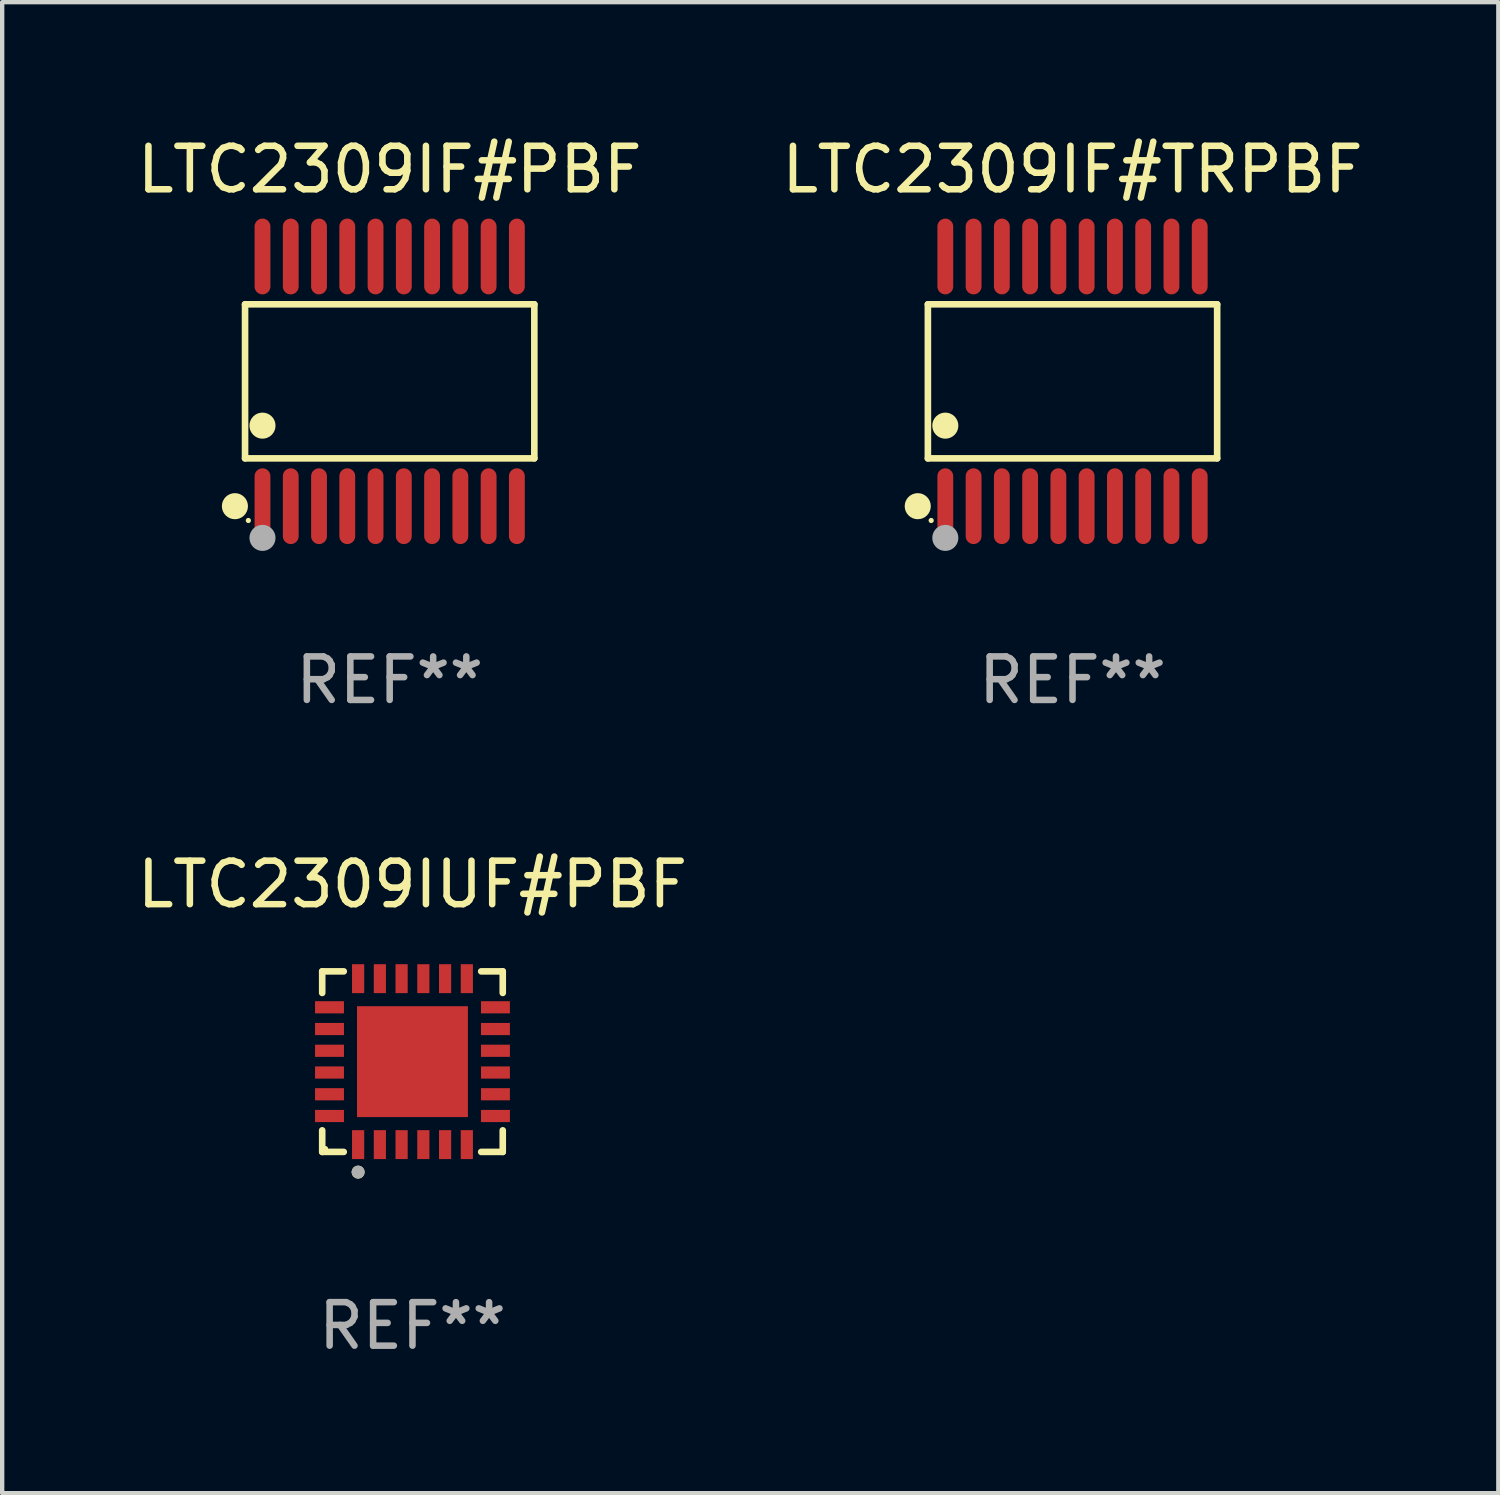
<source format=kicad_pcb>
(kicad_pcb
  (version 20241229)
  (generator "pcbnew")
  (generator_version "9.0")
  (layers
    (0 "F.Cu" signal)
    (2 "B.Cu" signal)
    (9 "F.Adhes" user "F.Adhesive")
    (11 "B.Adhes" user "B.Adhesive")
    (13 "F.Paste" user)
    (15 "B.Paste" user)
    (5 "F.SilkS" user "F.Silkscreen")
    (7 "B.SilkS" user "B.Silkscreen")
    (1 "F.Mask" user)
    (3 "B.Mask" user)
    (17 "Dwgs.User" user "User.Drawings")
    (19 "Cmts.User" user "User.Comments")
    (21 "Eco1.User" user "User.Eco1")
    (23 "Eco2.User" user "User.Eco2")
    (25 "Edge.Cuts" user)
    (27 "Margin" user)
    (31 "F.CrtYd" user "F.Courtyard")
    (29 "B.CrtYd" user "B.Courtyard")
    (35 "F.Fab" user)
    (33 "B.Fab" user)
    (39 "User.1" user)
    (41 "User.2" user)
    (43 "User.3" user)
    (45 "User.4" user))
  (footprint "LTC2309IUF#PBF"
    (layer "F.Cu")
    (at 6.435 21.363)
    (property "Reference" "LTC2309IUF#PBF" (at 0 -4.076 0) (layer "F.SilkS") (effects (font (size 1 1) (thickness 0.15))))
    (attr through_hole)
    (fp_line (start -2.076 -2.076) (end -1.58 -2.076) (stroke (width 0.152) (type solid)) (layer "F.SilkS"))
    (fp_line (start -2.076 -1.58) (end -2.076 -2.076) (stroke (width 0.152) (type solid)) (layer "F.SilkS"))
    (fp_line (start -2.076 1.58) (end -2.076 2.076) (stroke (width 0.152) (type solid)) (layer "F.SilkS"))
    (fp_line (start -2.076 2.076) (end -1.58 2.076) (stroke (width 0.152) (type solid)) (layer "F.SilkS"))
    (fp_line (start 2.076 -2.076) (end 1.58 -2.076) (stroke (width 0.152) (type solid)) (layer "F.SilkS"))
    (fp_line (start 2.076 -1.58) (end 2.076 -2.076) (stroke (width 0.152) (type solid)) (layer "F.SilkS"))
    (fp_line (start 2.076 1.58) (end 2.076 2.076) (stroke (width 0.152) (type solid)) (layer "F.SilkS"))
    (fp_line (start 2.076 2.076) (end 1.58 2.076) (stroke (width 0.152) (type solid)) (layer "F.SilkS"))
    (fp_circle (center -2 2) (end -1.97 2) (stroke (width 0.06) (type solid)) (fill no) (layer "F.SilkS"))
    (fp_circle (center -1.25 2.54) (end -1.175 2.54) (stroke (width 0.15) (type solid)) (fill no) (layer "F.SilkS"))
    (fp_circle (center -1.25 2.54) (end -1.175 2.54) (stroke (width 0.15) (type solid)) (fill no) (layer "F.Fab"))
    (fp_text user "REF**" (at 0 6.076 0) (layer "F.Fab") (effects (font (size 1 1) (thickness 0.15))))
    (pad "1" smd rect (at -1.25 1.908) (size 0.28 0.665) (layers "F.Cu" "F.Mask" "F.Paste"))
    (pad "2" smd rect (at -0.75 1.908) (size 0.28 0.665) (layers "F.Cu" "F.Mask" "F.Paste"))
    (pad "3" smd rect (at -0.25 1.908) (size 0.28 0.665) (layers "F.Cu" "F.Mask" "F.Paste"))
    (pad "4" smd rect (at 0.25 1.908) (size 0.28 0.665) (layers "F.Cu" "F.Mask" "F.Paste"))
    (pad "5" smd rect (at 0.75 1.908) (size 0.28 0.665) (layers "F.Cu" "F.Mask" "F.Paste"))
    (pad "6" smd rect (at 1.25 1.908) (size 0.28 0.665) (layers "F.Cu" "F.Mask" "F.Paste"))
    (pad "7" smd rect (at 1.908 1.25) (size 0.665 0.28) (layers "F.Cu" "F.Mask" "F.Paste"))
    (pad "8" smd rect (at 1.908 0.75) (size 0.665 0.28) (layers "F.Cu" "F.Mask" "F.Paste"))
    (pad "9" smd rect (at 1.908 0.25) (size 0.665 0.28) (layers "F.Cu" "F.Mask" "F.Paste"))
    (pad "10" smd rect (at 1.908 -0.25) (size 0.665 0.28) (layers "F.Cu" "F.Mask" "F.Paste"))
    (pad "11" smd rect (at 1.908 -0.75) (size 0.665 0.28) (layers "F.Cu" "F.Mask" "F.Paste"))
    (pad "12" smd rect (at 1.908 -1.25) (size 0.665 0.28) (layers "F.Cu" "F.Mask" "F.Paste"))
    (pad "13" smd rect (at 1.25 -1.908) (size 0.28 0.665) (layers "F.Cu" "F.Mask" "F.Paste"))
    (pad "14" smd rect (at 0.75 -1.908) (size 0.28 0.665) (layers "F.Cu" "F.Mask" "F.Paste"))
    (pad "15" smd rect (at 0.25 -1.908) (size 0.28 0.665) (layers "F.Cu" "F.Mask" "F.Paste"))
    (pad "16" smd rect (at -0.25 -1.908) (size 0.28 0.665) (layers "F.Cu" "F.Mask" "F.Paste"))
    (pad "17" smd rect (at -0.75 -1.908) (size 0.28 0.665) (layers "F.Cu" "F.Mask" "F.Paste"))
    (pad "18" smd rect (at -1.25 -1.908) (size 0.28 0.665) (layers "F.Cu" "F.Mask" "F.Paste"))
    (pad "19" smd rect (at -1.908 -1.25) (size 0.665 0.28) (layers "F.Cu" "F.Mask" "F.Paste"))
    (pad "20" smd rect (at -1.908 -0.75) (size 0.665 0.28) (layers "F.Cu" "F.Mask" "F.Paste"))
    (pad "21" smd rect (at -1.908 -0.25) (size 0.665 0.28) (layers "F.Cu" "F.Mask" "F.Paste"))
    (pad "22" smd rect (at -1.908 0.25) (size 0.665 0.28) (layers "F.Cu" "F.Mask" "F.Paste"))
    (pad "23" smd rect (at -1.908 0.75) (size 0.665 0.28) (layers "F.Cu" "F.Mask" "F.Paste"))
    (pad "24" smd rect (at -1.908 1.25) (size 0.665 0.28) (layers "F.Cu" "F.Mask" "F.Paste"))
    (pad "25" smd rect (at 0 0) (size 2.55 2.55) (layers "F.Cu" "F.Mask" "F.Paste")))
  (footprint "LTC2309IF#TRPBF"
    (layer "F.Cu")
    (at 21.613 5.719)
    (property "Reference" "LTC2309IF#TRPBF" (at 0 -4.871 0) (layer "F.SilkS") (effects (font (size 1 1) (thickness 0.15))))
    (attr through_hole)
    (fp_line (start -3.326 -1.771) (end 3.326 -1.771) (stroke (width 0.152) (type solid)) (layer "F.SilkS"))
    (fp_line (start -3.326 1.771) (end -3.326 -1.771) (stroke (width 0.152) (type solid)) (layer "F.SilkS"))
    (fp_line (start 3.326 -1.771) (end 3.326 1.771) (stroke (width 0.152) (type solid)) (layer "F.SilkS"))
    (fp_line (start 3.326 1.771) (end -3.326 1.771) (stroke (width 0.152) (type solid)) (layer "F.SilkS"))
    (fp_circle (center -3.559 2.871) (end -3.409 2.871) (stroke (width 0.3) (type solid)) (fill no) (layer "F.SilkS"))
    (fp_circle (center -3.25 3.2) (end -3.22 3.2) (stroke (width 0.06) (type solid)) (fill no) (layer "F.SilkS"))
    (fp_circle (center -2.925 1.019) (end -2.775 1.019) (stroke (width 0.3) (type solid)) (fill no) (layer "F.SilkS"))
    (fp_circle (center -2.925 3.6) (end -2.775 3.6) (stroke (width 0.3) (type solid)) (fill no) (layer "F.Fab"))
    (fp_text user "REF**" (at 0 6.871 0) (layer "F.Fab") (effects (font (size 1 1) (thickness 0.15))))
    (pad "1" smd oval (at -2.925 2.871) (size 0.364 1.742) (layers "F.Cu" "F.Mask" "F.Paste"))
    (pad "2" smd oval (at -2.275 2.871) (size 0.364 1.742) (layers "F.Cu" "F.Mask" "F.Paste"))
    (pad "3" smd oval (at -1.625 2.871) (size 0.364 1.742) (layers "F.Cu" "F.Mask" "F.Paste"))
    (pad "4" smd oval (at -0.975 2.871) (size 0.364 1.742) (layers "F.Cu" "F.Mask" "F.Paste"))
    (pad "5" smd oval (at -0.325 2.871) (size 0.364 1.742) (layers "F.Cu" "F.Mask" "F.Paste"))
    (pad "6" smd oval (at 0.325 2.871) (size 0.364 1.742) (layers "F.Cu" "F.Mask" "F.Paste"))
    (pad "7" smd oval (at 0.975 2.871) (size 0.364 1.742) (layers "F.Cu" "F.Mask" "F.Paste"))
    (pad "8" smd oval (at 1.625 2.871) (size 0.364 1.742) (layers "F.Cu" "F.Mask" "F.Paste"))
    (pad "9" smd oval (at 2.275 2.871) (size 0.364 1.742) (layers "F.Cu" "F.Mask" "F.Paste"))
    (pad "10" smd oval (at 2.925 2.871) (size 0.364 1.742) (layers "F.Cu" "F.Mask" "F.Paste"))
    (pad "11" smd oval (at 2.925 -2.871) (size 0.364 1.742) (layers "F.Cu" "F.Mask" "F.Paste"))
    (pad "12" smd oval (at 2.275 -2.871) (size 0.364 1.742) (layers "F.Cu" "F.Mask" "F.Paste"))
    (pad "13" smd oval (at 1.625 -2.871) (size 0.364 1.742) (layers "F.Cu" "F.Mask" "F.Paste"))
    (pad "14" smd oval (at 0.975 -2.871) (size 0.364 1.742) (layers "F.Cu" "F.Mask" "F.Paste"))
    (pad "15" smd oval (at 0.325 -2.871) (size 0.364 1.742) (layers "F.Cu" "F.Mask" "F.Paste"))
    (pad "16" smd oval (at -0.325 -2.871) (size 0.364 1.742) (layers "F.Cu" "F.Mask" "F.Paste"))
    (pad "17" smd oval (at -0.975 -2.871) (size 0.364 1.742) (layers "F.Cu" "F.Mask" "F.Paste"))
    (pad "18" smd oval (at -1.625 -2.871) (size 0.364 1.742) (layers "F.Cu" "F.Mask" "F.Paste"))
    (pad "19" smd oval (at -2.275 -2.871) (size 0.364 1.742) (layers "F.Cu" "F.Mask" "F.Paste"))
    (pad "20" smd oval (at -2.925 -2.871) (size 0.364 1.742) (layers "F.Cu" "F.Mask" "F.Paste")))
  (footprint "LTC2309IF#PBF"
    (layer "F.Cu")
    (at 5.911 5.719)
    (property "Reference" "LTC2309IF#PBF" (at 0 -4.871 0) (layer "F.SilkS") (effects (font (size 1 1) (thickness 0.15))))
    (attr through_hole)
    (fp_line (start -3.326 -1.771) (end 3.326 -1.771) (stroke (width 0.152) (type solid)) (layer "F.SilkS"))
    (fp_line (start -3.326 1.771) (end -3.326 -1.771) (stroke (width 0.152) (type solid)) (layer "F.SilkS"))
    (fp_line (start 3.326 -1.771) (end 3.326 1.771) (stroke (width 0.152) (type solid)) (layer "F.SilkS"))
    (fp_line (start 3.326 1.771) (end -3.326 1.771) (stroke (width 0.152) (type solid)) (layer "F.SilkS"))
    (fp_circle (center -3.559 2.871) (end -3.409 2.871) (stroke (width 0.3) (type solid)) (fill no) (layer "F.SilkS"))
    (fp_circle (center -3.25 3.2) (end -3.22 3.2) (stroke (width 0.06) (type solid)) (fill no) (layer "F.SilkS"))
    (fp_circle (center -2.925 1.019) (end -2.775 1.019) (stroke (width 0.3) (type solid)) (fill no) (layer "F.SilkS"))
    (fp_circle (center -2.925 3.6) (end -2.775 3.6) (stroke (width 0.3) (type solid)) (fill no) (layer "F.Fab"))
    (fp_text user "REF**" (at 0 6.871 0) (layer "F.Fab") (effects (font (size 1 1) (thickness 0.15))))
    (pad "1" smd oval (at -2.925 2.871) (size 0.364 1.742) (layers "F.Cu" "F.Mask" "F.Paste"))
    (pad "2" smd oval (at -2.275 2.871) (size 0.364 1.742) (layers "F.Cu" "F.Mask" "F.Paste"))
    (pad "3" smd oval (at -1.625 2.871) (size 0.364 1.742) (layers "F.Cu" "F.Mask" "F.Paste"))
    (pad "4" smd oval (at -0.975 2.871) (size 0.364 1.742) (layers "F.Cu" "F.Mask" "F.Paste"))
    (pad "5" smd oval (at -0.325 2.871) (size 0.364 1.742) (layers "F.Cu" "F.Mask" "F.Paste"))
    (pad "6" smd oval (at 0.325 2.871) (size 0.364 1.742) (layers "F.Cu" "F.Mask" "F.Paste"))
    (pad "7" smd oval (at 0.975 2.871) (size 0.364 1.742) (layers "F.Cu" "F.Mask" "F.Paste"))
    (pad "8" smd oval (at 1.625 2.871) (size 0.364 1.742) (layers "F.Cu" "F.Mask" "F.Paste"))
    (pad "9" smd oval (at 2.275 2.871) (size 0.364 1.742) (layers "F.Cu" "F.Mask" "F.Paste"))
    (pad "10" smd oval (at 2.925 2.871) (size 0.364 1.742) (layers "F.Cu" "F.Mask" "F.Paste"))
    (pad "11" smd oval (at 2.925 -2.871) (size 0.364 1.742) (layers "F.Cu" "F.Mask" "F.Paste"))
    (pad "12" smd oval (at 2.275 -2.871) (size 0.364 1.742) (layers "F.Cu" "F.Mask" "F.Paste"))
    (pad "13" smd oval (at 1.625 -2.871) (size 0.364 1.742) (layers "F.Cu" "F.Mask" "F.Paste"))
    (pad "14" smd oval (at 0.975 -2.871) (size 0.364 1.742) (layers "F.Cu" "F.Mask" "F.Paste"))
    (pad "15" smd oval (at 0.325 -2.871) (size 0.364 1.742) (layers "F.Cu" "F.Mask" "F.Paste"))
    (pad "16" smd oval (at -0.325 -2.871) (size 0.364 1.742) (layers "F.Cu" "F.Mask" "F.Paste"))
    (pad "17" smd oval (at -0.975 -2.871) (size 0.364 1.742) (layers "F.Cu" "F.Mask" "F.Paste"))
    (pad "18" smd oval (at -1.625 -2.871) (size 0.364 1.742) (layers "F.Cu" "F.Mask" "F.Paste"))
    (pad "19" smd oval (at -2.275 -2.871) (size 0.364 1.742) (layers "F.Cu" "F.Mask" "F.Paste"))
    (pad "20" smd oval (at -2.925 -2.871) (size 0.364 1.742) (layers "F.Cu" "F.Mask" "F.Paste")))
  (gr_rect
    (start -3 -3)
    (end 31.405 31.287)
    (stroke (width 0.1) (type default))
    (fill no)
    (layer "Edge.Cuts")))
</source>
